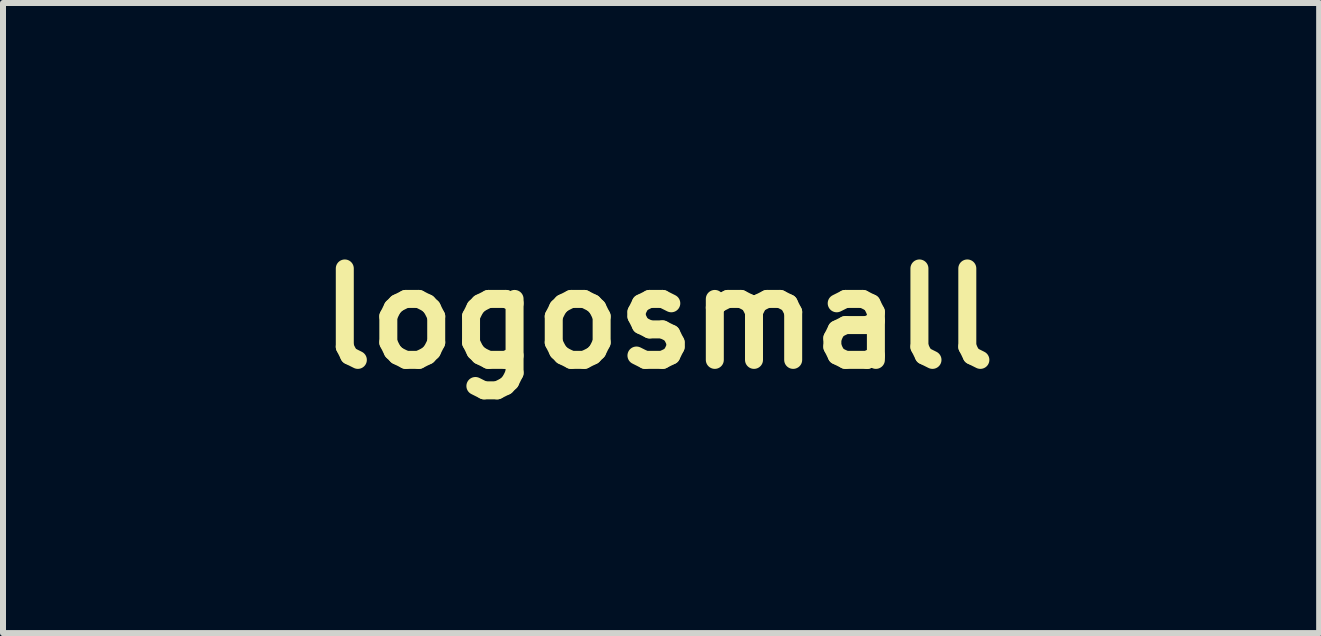
<source format=kicad_pcb>
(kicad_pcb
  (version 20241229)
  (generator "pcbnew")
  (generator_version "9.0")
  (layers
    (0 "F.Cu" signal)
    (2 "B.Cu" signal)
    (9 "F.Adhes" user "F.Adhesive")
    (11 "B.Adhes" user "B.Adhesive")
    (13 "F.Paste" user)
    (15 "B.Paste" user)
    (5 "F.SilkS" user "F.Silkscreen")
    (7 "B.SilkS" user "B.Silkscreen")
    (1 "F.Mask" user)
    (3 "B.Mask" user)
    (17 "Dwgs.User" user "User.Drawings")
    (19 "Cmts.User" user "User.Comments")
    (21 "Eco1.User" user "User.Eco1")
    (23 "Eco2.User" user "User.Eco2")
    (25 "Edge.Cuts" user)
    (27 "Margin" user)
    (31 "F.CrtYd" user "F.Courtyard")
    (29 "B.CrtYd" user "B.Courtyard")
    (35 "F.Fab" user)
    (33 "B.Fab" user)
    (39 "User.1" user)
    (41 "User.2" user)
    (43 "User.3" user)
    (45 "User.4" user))
  (footprint "logosmall"
    (layer "F.Cu")
    (at 7.923 2.26)
    (property "Reference" "logosmall" (at 0 0 0) (layer "F.SilkS") (effects (font (size 1.524 1.524) (thickness 0.3))))
    (attr through_hole)
    (fp_poly (pts (xy 7.787 -0.03) (xy 7.766 0.017) (xy 7.734 0.041) (xy 7.682 0.048) (xy 7.678 0.048) (xy 7.641 0.045) (xy 7.627 0.037) (xy 7.629 0.034) (xy 7.65 0.019) (xy 7.689 -0.006) (xy 7.721 -0.024) (xy 7.798 -0.069) (xy 7.787 -0.03)) (stroke (width 0.01) (type solid)) (fill yes) (layer "F.Mask"))
    (fp_poly (pts (xy -5.012 -2.194) (xy -4.979 -2.158) (xy -4.957 -2.131) (xy -4.953 -2.123) (xy -4.968 -2.117) (xy -5.007 -2.114) (xy -5.063 -2.112) (xy -5.084 -2.111) (xy -5.215 -2.111) (xy -4.075 -0.971) (xy -4.224 -0.557) (xy -4.374 -0.143) (xy -4.503 -0.143) (xy -4.632 -0.143) (xy -4.666 -0.048) (xy -6.429 -0.048) (xy -6.478 0.048) (xy -6.35 0.048) (xy -6.291 0.049) (xy -6.247 0.054) (xy -6.224 0.06) (xy -6.223 0.062) (xy -6.228 0.079) (xy -6.244 0.123) (xy -6.268 0.193) (xy -6.301 0.284) (xy -6.341 0.395) (xy -6.387 0.524) (xy -6.439 0.667) (xy -6.495 0.822) (xy -6.555 0.987) (xy -6.58 1.056) (xy -6.642 1.224) (xy -6.7 1.383) (xy -6.753 1.532) (xy -6.802 1.666) (xy -6.845 1.785) (xy -6.88 1.885) (xy -6.908 1.963) (xy -6.927 2.017) (xy -6.937 2.046) (xy -6.937 2.049) (xy -6.923 2.055) (xy -6.883 2.06) (xy -6.825 2.063) (xy -6.785 2.064) (xy -6.713 2.065) (xy -6.668 2.067) (xy -6.645 2.073) (xy -6.64 2.083) (xy -6.641 2.086) (xy -6.651 2.114) (xy -6.664 2.159) (xy -6.669 2.173) (xy -6.688 2.238) (xy -7.666 2.238) (xy -7.645 2.187) (xy -7.622 2.131) (xy -7.611 2.096) (xy -7.616 2.075) (xy -7.641 2.066) (xy -7.691 2.064) (xy -7.76 2.064) (xy -7.918 2.064) (xy -7.555 1.068) (xy -7.493 0.899) (xy -7.434 0.738) (xy -7.38 0.588) (xy -7.331 0.452) (xy -7.287 0.332) (xy -7.251 0.231) (xy -7.223 0.151) (xy -7.203 0.095) (xy -7.193 0.065) (xy -7.191 0.06) (xy -7.206 0.054) (xy -7.245 0.05) (xy -7.3 0.048) (xy -7.312 0.048) (xy -7.375 0.047) (xy -7.412 0.041) (xy -7.426 0.025) (xy -7.42 -0.009) (xy -7.399 -0.064) (xy -7.39 -0.084) (xy -7.366 -0.143) (xy -7.115 -0.143) (xy -7.089 -0.21) (xy -7.079 -0.237) (xy -7.06 -0.291) (xy -7.031 -0.369) (xy -6.995 -0.469) (xy -6.952 -0.587) (xy -6.926 -0.658) (xy -5.953 -0.658) (xy -5.938 -0.657) (xy -5.894 -0.655) (xy -5.826 -0.654) (xy -5.736 -0.653) (xy -5.627 -0.652) (xy -5.505 -0.651) (xy -5.37 -0.651) (xy -5.338 -0.651) (xy -4.723 -0.651) (xy -5.175 -1.103) (xy -5.273 -1.201) (xy -5.364 -1.292) (xy -5.446 -1.372) (xy -5.515 -1.441) (xy -5.57 -1.495) (xy -5.609 -1.532) (xy -5.628 -1.55) (xy -5.63 -1.551) (xy -5.636 -1.536) (xy -5.651 -1.495) (xy -5.674 -1.433) (xy -5.703 -1.355) (xy -5.735 -1.266) (xy -5.771 -1.168) (xy -5.807 -1.068) (xy -5.843 -0.97) (xy -5.876 -0.877) (xy -5.905 -0.796) (xy -5.929 -0.729) (xy -5.945 -0.682) (xy -5.953 -0.66) (xy -5.953 -0.658) (xy -6.926 -0.658) (xy -6.903 -0.72) (xy -6.85 -0.867) (xy -6.793 -1.024) (xy -6.733 -1.189) (xy -6.732 -1.191) (xy -6.401 -2.103) (xy -6.251 -2.108) (xy -6.102 -2.112) (xy -6.083 -2.183) (xy -6.064 -2.254) (xy -5.071 -2.254) (xy -5.012 -2.194)) (stroke (width 0.01) (type solid)) (fill yes) (layer "F.Mask"))
    (fp_poly (pts (xy 0.918 -2.203) (xy 0.902 -2.161) (xy 0.883 -2.134) (xy 0.855 -2.119) (xy 0.811 -2.113) (xy 0.743 -2.111) (xy 0.732 -2.111) (xy 0.595 -2.111) (xy 0.238 -1.127) (xy -0.119 -0.143) (xy -0.249 -0.143) (xy -0.378 -0.143) (xy -0.41 -0.048) (xy -0.442 0.048) (xy -0.245 0.048) (xy -0.198 -0.087) (xy 1.004 -0.091) (xy 1.196 -0.092) (xy 1.379 -0.092) (xy 1.55 -0.093) (xy 1.706 -0.093) (xy 1.846 -0.092) (xy 1.966 -0.092) (xy 2.065 -0.092) (xy 2.14 -0.091) (xy 2.188 -0.09) (xy 2.206 -0.089) (xy 2.207 -0.089) (xy 2.201 -0.072) (xy 2.187 -0.037) (xy 2.183 -0.026) (xy 2.168 0.012) (xy 2.159 0.037) (xy 2.159 0.039) (xy 2.173 0.044) (xy 2.209 0.047) (xy 2.227 0.048) (xy 2.269 0.046) (xy 2.292 0.036) (xy 2.306 0.009) (xy 2.316 -0.024) (xy 2.337 -0.095) (xy 4.761 -0.095) (xy 4.743 -0.044) (xy 4.727 -0.002) (xy 4.712 0.026) (xy 4.711 0.027) (xy 4.711 0.037) (xy 4.732 0.044) (xy 4.778 0.049) (xy 4.83 0.051) (xy 4.964 0.056) (xy 4.85 0.365) (xy 4.81 0.474) (xy 4.762 0.604) (xy 4.711 0.744) (xy 4.659 0.885) (xy 4.61 1.017) (xy 4.596 1.056) (xy 4.558 1.16) (xy 4.523 1.255) (xy 4.493 1.336) (xy 4.47 1.4) (xy 4.455 1.441) (xy 4.449 1.456) (xy 4.454 1.463) (xy 4.477 1.469) (xy 4.521 1.474) (xy 4.59 1.477) (xy 4.685 1.479) (xy 4.735 1.48) (xy 5.028 1.484) (xy 4.927 1.761) (xy 4.895 1.85) (xy 4.867 1.928) (xy 4.845 1.991) (xy 4.831 2.034) (xy 4.826 2.052) (xy 4.84 2.06) (xy 4.874 2.061) (xy 4.883 2.061) (xy 4.94 2.056) (xy 5.304 1.056) (xy 5.366 0.886) (xy 5.424 0.725) (xy 5.478 0.576) (xy 5.527 0.44) (xy 5.571 0.321) (xy 5.607 0.22) (xy 5.636 0.141) (xy 5.656 0.085) (xy 5.666 0.056) (xy 5.667 0.052) (xy 5.653 0.05) (xy 5.614 0.048) (xy 5.559 0.048) (xy 5.548 0.048) (xy 5.482 0.046) (xy 5.443 0.038) (xy 5.428 0.021) (xy 5.433 -0.007) (xy 5.446 -0.033) (xy 5.452 -0.042) (xy 5.463 -0.05) (xy 5.482 -0.055) (xy 5.514 -0.059) (xy 5.56 -0.061) (xy 5.627 -0.063) (xy 5.717 -0.063) (xy 5.834 -0.063) (xy 5.858 -0.064) (xy 5.979 -0.063) (xy 6.081 -0.061) (xy 6.162 -0.059) (xy 6.22 -0.055) (xy 6.251 -0.051) (xy 6.255 -0.049) (xy 6.25 -0.024) (xy 6.239 0.007) (xy 6.224 0.048) (xy 6.35 0.048) (xy 6.409 0.048) (xy 6.454 0.05) (xy 6.476 0.053) (xy 6.477 0.054) (xy 6.472 0.07) (xy 6.457 0.112) (xy 6.434 0.177) (xy 6.403 0.262) (xy 6.367 0.363) (xy 6.326 0.476) (xy 6.288 0.578) (xy 6.245 0.699) (xy 6.205 0.81) (xy 6.171 0.907) (xy 6.143 0.987) (xy 6.124 1.046) (xy 6.112 1.082) (xy 6.111 1.092) (xy 6.126 1.084) (xy 6.167 1.06) (xy 6.23 1.024) (xy 6.314 0.976) (xy 6.416 0.917) (xy 6.534 0.849) (xy 6.666 0.773) (xy 6.809 0.69) (xy 6.96 0.602) (xy 7.022 0.567) (xy 7.209 0.458) (xy 7.371 0.365) (xy 7.51 0.286) (xy 7.626 0.22) (xy 7.722 0.167) (xy 7.799 0.125) (xy 7.86 0.093) (xy 7.906 0.071) (xy 7.938 0.057) (xy 7.959 0.051) (xy 7.967 0.051) (xy 8.013 0.056) (xy 7.884 0.392) (xy 7.846 0.49) (xy 7.811 0.578) (xy 7.781 0.651) (xy 7.758 0.706) (xy 7.743 0.739) (xy 7.739 0.745) (xy 7.723 0.755) (xy 7.681 0.78) (xy 7.617 0.818) (xy 7.532 0.868) (xy 7.429 0.928) (xy 7.31 0.998) (xy 7.177 1.075) (xy 7.032 1.16) (xy 6.878 1.249) (xy 6.787 1.302) (xy 6.628 1.393) (xy 6.478 1.481) (xy 6.338 1.562) (xy 6.21 1.637) (xy 6.097 1.703) (xy 6.001 1.76) (xy 5.924 1.805) (xy 5.869 1.838) (xy 5.838 1.858) (xy 5.832 1.862) (xy 5.817 1.887) (xy 5.797 1.931) (xy 5.781 1.972) (xy 5.747 2.064) (xy 5.906 2.064) (xy 5.972 2.064) (xy 6.025 2.065) (xy 6.057 2.067) (xy 6.064 2.068) (xy 6.059 2.083) (xy 6.046 2.12) (xy 6.034 2.151) (xy 6.004 2.23) (xy 5.193 2.239) (xy 5.223 2.151) (xy 5.253 2.064) (xy 5.193 2.064) (xy 5.159 2.065) (xy 5.137 2.075) (xy 5.122 2.1) (xy 5.104 2.147) (xy 5.103 2.151) (xy 5.073 2.238) (xy 2.065 2.238) (xy 2.086 2.187) (xy 2.111 2.127) (xy 2.121 2.09) (xy 2.115 2.072) (xy 2.092 2.065) (xy 2.049 2.064) (xy 2.044 2.064) (xy 1.958 2.064) (xy 1.931 2.151) (xy 1.903 2.238) (xy 0.706 2.238) (xy 0.489 2.238) (xy 0.289 2.238) (xy 0.108 2.237) (xy -0.053 2.236) (xy -0.191 2.234) (xy -0.305 2.232) (xy -0.394 2.23) (xy -0.455 2.228) (xy -0.487 2.225) (xy -0.492 2.224) (xy -0.486 2.202) (xy -0.471 2.162) (xy -0.461 2.137) (xy -0.43 2.064) (xy -0.524 2.064) (xy -0.58 2.066) (xy -0.609 2.072) (xy -0.619 2.085) (xy -0.619 2.087) (xy -0.625 2.116) (xy -0.639 2.159) (xy -0.645 2.175) (xy -0.67 2.238) (xy -1.153 2.238) (xy -1.273 2.238) (xy -1.382 2.237) (xy -1.476 2.236) (xy -1.552 2.235) (xy -1.606 2.234) (xy -1.633 2.232) (xy -1.635 2.231) (xy -1.63 2.213) (xy -1.616 2.176) (xy -1.604 2.144) (xy -1.572 2.064) (xy -1.709 2.064) (xy -1.739 2.151) (xy -1.769 2.238) (xy -4.777 2.238) (xy -4.756 2.187) (xy -4.733 2.131) (xy -4.722 2.096) (xy -4.727 2.075) (xy -4.752 2.066) (xy -4.801 2.064) (xy -4.871 2.064) (xy -5.029 2.064) (xy -4.665 1.068) (xy -4.604 0.898) (xy -4.545 0.737) (xy -4.491 0.587) (xy -4.442 0.451) (xy -4.398 0.332) (xy -4.362 0.231) (xy -4.333 0.151) (xy -4.314 0.094) (xy -4.303 0.064) (xy -4.302 0.06) (xy -4.317 0.054) (xy -4.355 0.05) (xy -4.41 0.048) (xy -4.421 0.048) (xy -4.478 0.046) (xy -4.52 0.041) (xy -4.54 0.034) (xy -4.54 0.033) (xy -4.535 0.008) (xy -4.525 -0.023) (xy -4.509 -0.064) (xy -4.104 -0.064) (xy -3.994 -0.063) (xy -3.896 -0.062) (xy -3.813 -0.061) (xy -3.75 -0.059) (xy -3.71 -0.057) (xy -3.699 -0.055) (xy -3.705 -0.036) (xy -3.722 -0.002) (xy -3.723 0.001) (xy -3.747 0.048) (xy -3.62 0.048) (xy -3.561 0.049) (xy -3.516 0.054) (xy -3.494 0.06) (xy -3.493 0.062) (xy -3.498 0.08) (xy -3.513 0.124) (xy -3.537 0.192) (xy -3.569 0.281) (xy -3.607 0.388) (xy -3.651 0.509) (xy -3.699 0.642) (xy -3.747 0.772) (xy -3.798 0.913) (xy -3.846 1.044) (xy -3.889 1.164) (xy -3.927 1.268) (xy -3.958 1.353) (xy -3.982 1.418) (xy -3.996 1.458) (xy -4 1.472) (xy -3.985 1.473) (xy -3.943 1.474) (xy -3.877 1.475) (xy -3.792 1.476) (xy -3.692 1.476) (xy -3.606 1.476) (xy -3.211 1.476) (xy -2.955 0.774) (xy -2.903 0.632) (xy -2.855 0.499) (xy -2.811 0.378) (xy -2.773 0.272) (xy -2.742 0.185) (xy -2.718 0.118) (xy -2.704 0.075) (xy -2.699 0.06) (xy -2.713 0.054) (xy -2.752 0.05) (xy -2.807 0.048) (xy -2.818 0.048) (xy -2.875 0.046) (xy -2.917 0.041) (xy -2.936 0.034) (xy -2.937 0.033) (xy -2.932 0.008) (xy -2.921 -0.023) (xy -2.906 -0.064) (xy -2.501 -0.064) (xy -2.391 -0.063) (xy -2.293 -0.062) (xy -2.21 -0.061) (xy -2.146 -0.059) (xy -2.107 -0.057) (xy -2.095 -0.055) (xy -2.102 -0.036) (xy -2.118 -0.002) (xy -2.12 0.001) (xy -2.144 0.048) (xy -2.017 0.048) (xy -1.957 0.049) (xy -1.913 0.054) (xy -1.89 0.06) (xy -1.889 0.062) (xy -1.894 0.08) (xy -1.91 0.124) (xy -1.934 0.192) (xy -1.965 0.281) (xy -2.004 0.388) (xy -2.047 0.509) (xy -2.096 0.642) (xy -2.143 0.772) (xy -2.195 0.913) (xy -2.243 1.044) (xy -2.286 1.164) (xy -2.324 1.267) (xy -2.355 1.353) (xy -2.378 1.418) (xy -2.393 1.458) (xy -2.397 1.471) (xy -2.382 1.473) (xy -2.34 1.475) (xy -2.277 1.477) (xy -2.196 1.478) (xy -2.105 1.48) (xy -1.814 1.484) (xy -1.915 1.761) (xy -1.947 1.85) (xy -1.975 1.928) (xy -1.997 1.99) (xy -2.011 2.033) (xy -2.016 2.051) (xy -2.002 2.059) (xy -1.967 2.063) (xy -1.954 2.064) (xy -1.893 2.064) (xy -1.888 2.052) (xy -0.916 2.052) (xy -0.903 2.06) (xy -0.868 2.063) (xy -0.838 2.064) (xy -0.753 2.064) (xy -0.648 1.774) (xy -0.543 1.484) (xy 0.06 1.476) (xy 0.663 1.468) (xy 0.215 1.089) (xy -0.216 0.722) (xy 0.956 0.722) (xy 1.367 1.072) (xy 1.467 1.156) (xy 1.559 1.235) (xy 1.643 1.305) (xy 1.714 1.365) (xy 1.769 1.412) (xy 1.805 1.443) (xy 1.818 1.453) (xy 1.858 1.486) (xy 1.754 1.768) (xy 1.722 1.857) (xy 1.694 1.935) (xy 1.671 1.997) (xy 1.657 2.04) (xy 1.651 2.058) (xy 1.651 2.058) (xy 1.665 2.061) (xy 1.702 2.062) (xy 1.734 2.061) (xy 1.817 2.056) (xy 2.034 1.457) (xy 2.846 1.457) (xy 2.85 1.463) (xy 2.87 1.468) (xy 2.908 1.471) (xy 2.967 1.474) (xy 3.051 1.476) (xy 3.162 1.476) (xy 3.235 1.476) (xy 3.631 1.476) (xy 3.762 1.115) (xy 3.799 1.014) (xy 3.833 0.921) (xy 3.861 0.843) (xy 3.883 0.783) (xy 3.897 0.745) (xy 3.901 0.734) (xy 3.897 0.728) (xy 3.877 0.723) (xy 3.839 0.719) (xy 3.78 0.717) (xy 3.696 0.715) (xy 3.585 0.714) (xy 3.512 0.714) (xy 3.116 0.714) (xy 2.985 1.076) (xy 2.948 1.177) (xy 2.914 1.269) (xy 2.885 1.348) (xy 2.863 1.408) (xy 2.85 1.446) (xy 2.846 1.457) (xy 2.034 1.457) (xy 2.061 1.381) (xy 2.117 1.227) (xy 2.174 1.069) (xy 2.231 0.914) (xy 2.285 0.765) (xy 2.334 0.629) (xy 2.377 0.51) (xy 2.412 0.414) (xy 2.423 0.384) (xy 2.457 0.289) (xy 2.488 0.204) (xy 2.512 0.134) (xy 2.53 0.084) (xy 2.539 0.057) (xy 2.54 0.054) (xy 2.526 0.05) (xy 2.491 0.05) (xy 2.474 0.051) (xy 2.408 0.056) (xy 2.289 0.385) (xy 2.17 0.714) (xy 0.956 0.722) (xy -0.216 0.722) (xy -0.232 0.709) (xy -0.116 0.391) (xy -0.082 0.296) (xy -0.051 0.212) (xy -0.027 0.142) (xy -0.009 0.091) (xy -0.001 0.063) (xy 0 0.06) (xy -0.014 0.054) (xy -0.052 0.049) (xy -0.094 0.048) (xy -0.149 0.05) (xy -0.181 0.057) (xy -0.196 0.072) (xy -0.198 0.075) (xy -0.205 0.095) (xy -0.222 0.142) (xy -0.248 0.213) (xy -0.283 0.306) (xy -0.324 0.419) (xy -0.371 0.549) (xy -0.423 0.693) (xy -0.48 0.848) (xy -0.54 1.013) (xy -0.556 1.056) (xy -0.616 1.222) (xy -0.674 1.38) (xy -0.727 1.527) (xy -0.776 1.661) (xy -0.819 1.778) (xy -0.855 1.877) (xy -0.883 1.954) (xy -0.903 2.007) (xy -0.912 2.034) (xy -0.913 2.036) (xy -0.916 2.052) (xy -1.888 2.052) (xy -1.827 1.885) (xy -1.809 1.836) (xy -1.782 1.76) (xy -1.746 1.662) (xy -1.703 1.544) (xy -1.654 1.411) (xy -1.601 1.265) (xy -1.545 1.11) (xy -1.487 0.951) (xy -1.462 0.881) (xy -1.162 0.056) (xy -1.28 0.048) (xy -1.336 0.042) (xy -1.378 0.034) (xy -1.397 0.025) (xy -1.397 0.024) (xy -1.392 0.000462) (xy -1.38 -0.041) (xy -1.372 -0.067) (xy -1.347 -0.143) (xy -1.087 -0.143) (xy -0.73 -1.127) (xy -0.373 -2.111) (xy -0.23 -2.111) (xy -0.086 -2.111) (xy -0.061 -2.179) (xy -0.037 -2.246) (xy 0.449 -2.251) (xy 0.935 -2.255) (xy 0.918 -2.203)) (stroke (width 0.01) (type solid)) (fill yes) (layer "F.Mask")))
  (gr_rect
    (start -3 -3)
    (end 18.941 7.504)
    (stroke (width 0.1) (type default))
    (fill no)
    (layer "Edge.Cuts")))
</source>
